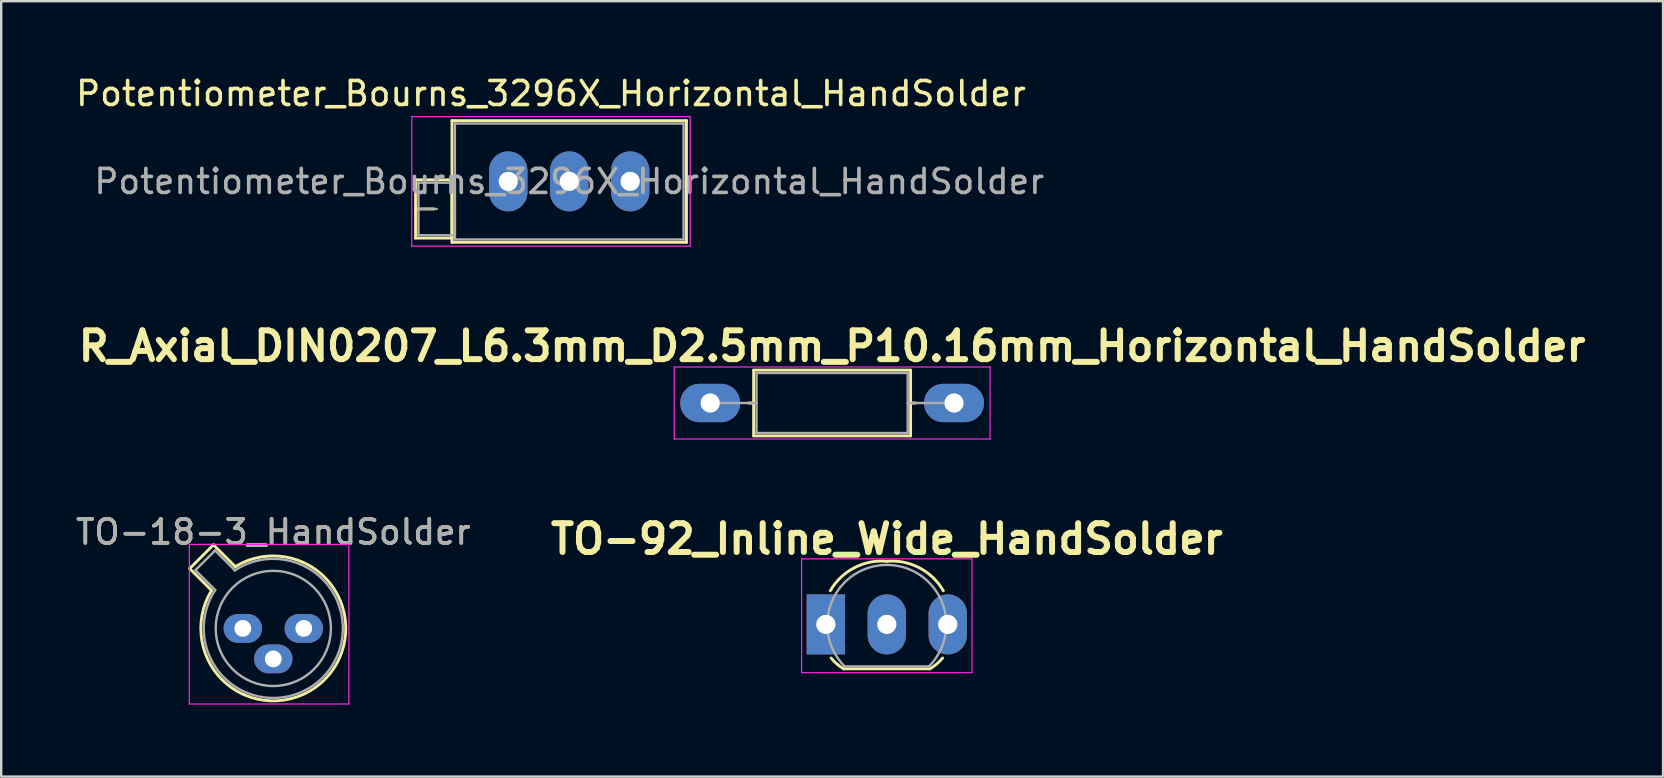
<source format=kicad_pcb>
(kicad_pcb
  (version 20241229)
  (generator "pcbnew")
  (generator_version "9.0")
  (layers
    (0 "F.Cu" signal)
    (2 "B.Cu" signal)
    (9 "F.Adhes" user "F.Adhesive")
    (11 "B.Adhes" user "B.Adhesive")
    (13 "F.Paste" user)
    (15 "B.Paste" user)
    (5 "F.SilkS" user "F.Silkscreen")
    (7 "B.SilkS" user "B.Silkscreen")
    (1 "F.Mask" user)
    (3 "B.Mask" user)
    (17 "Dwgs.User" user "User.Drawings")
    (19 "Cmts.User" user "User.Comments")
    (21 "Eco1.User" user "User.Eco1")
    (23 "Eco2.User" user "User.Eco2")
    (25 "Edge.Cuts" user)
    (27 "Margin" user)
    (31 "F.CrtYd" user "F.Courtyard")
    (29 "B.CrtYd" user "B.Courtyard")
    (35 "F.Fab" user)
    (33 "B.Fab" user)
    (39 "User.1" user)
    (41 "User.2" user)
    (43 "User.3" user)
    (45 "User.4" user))
  (footprint "Potentiometer_Bourns_3296X_Horizontal_HandSolder"
    (layer "F.Cu")
    (at 23.211 4.508)
    (property "Reference" "Potentiometer_Bourns_3296X_Horizontal_HandSolder" (at -3.3 -3.66 0) (layer "F.SilkS") (effects (font (size 1 1) (thickness 0.15))))
    (attr through_hole)
    (fp_line (start -8.945 -0.065) (end -8.945 2.365) (stroke (width 0.12) (type solid)) (layer "F.SilkS"))
    (fp_line (start -8.945 -0.065) (end -7.426 -0.065) (stroke (width 0.12) (type solid)) (layer "F.SilkS"))
    (fp_line (start -8.945 1.15) (end -8.186 1.15) (stroke (width 0.12) (type solid)) (layer "F.SilkS"))
    (fp_line (start -8.945 2.365) (end -7.426 2.365) (stroke (width 0.12) (type solid)) (layer "F.SilkS"))
    (fp_line (start -7.426 -0.065) (end -7.426 2.365) (stroke (width 0.12) (type solid)) (layer "F.SilkS"))
    (fp_line (start -7.425 -2.53) (end -7.425 2.54) (stroke (width 0.12) (type solid)) (layer "F.SilkS"))
    (fp_line (start -7.425 -2.53) (end 2.345 -2.53) (stroke (width 0.12) (type solid)) (layer "F.SilkS"))
    (fp_line (start -7.425 2.54) (end 2.345 2.54) (stroke (width 0.12) (type solid)) (layer "F.SilkS"))
    (fp_line (start 2.345 -2.53) (end 2.345 2.54) (stroke (width 0.12) (type solid)) (layer "F.SilkS"))
    (fp_line (start -9.1 -2.7) (end -9.1 2.7) (stroke (width 0.05) (type solid)) (layer "F.CrtYd"))
    (fp_line (start -9.1 2.7) (end 2.5 2.7) (stroke (width 0.05) (type solid)) (layer "F.CrtYd"))
    (fp_line (start 2.5 -2.7) (end -9.1 -2.7) (stroke (width 0.05) (type solid)) (layer "F.CrtYd"))
    (fp_line (start 2.5 2.7) (end 2.5 -2.7) (stroke (width 0.05) (type solid)) (layer "F.CrtYd"))
    (fp_line (start -8.825 0.055) (end -8.825 2.245) (stroke (width 0.1) (type solid)) (layer "F.Fab"))
    (fp_line (start -8.825 1.15) (end -8.065 1.15) (stroke (width 0.1) (type solid)) (layer "F.Fab"))
    (fp_line (start -8.825 2.245) (end -7.305 2.245) (stroke (width 0.1) (type solid)) (layer "F.Fab"))
    (fp_line (start -7.305 -2.41) (end -7.305 2.42) (stroke (width 0.1) (type solid)) (layer "F.Fab"))
    (fp_line (start -7.305 0.055) (end -8.825 0.055) (stroke (width 0.1) (type solid)) (layer "F.Fab"))
    (fp_line (start -7.305 2.245) (end -7.305 0.055) (stroke (width 0.1) (type solid)) (layer "F.Fab"))
    (fp_line (start -7.305 2.42) (end 2.225 2.42) (stroke (width 0.1) (type solid)) (layer "F.Fab"))
    (fp_line (start 2.225 -2.41) (end -7.305 -2.41) (stroke (width 0.1) (type solid)) (layer "F.Fab"))
    (fp_line (start 2.225 2.42) (end 2.225 -2.41) (stroke (width 0.1) (type solid)) (layer "F.Fab"))
    (fp_text user "${REFERENCE}" (at -2.54 0.005 0) (layer "F.Fab") (effects (font (size 1 1) (thickness 0.15))))
    (pad "1" thru_hole oval (at 0 0) (size 1.6 2.5) (drill 0.8) (layers "*.Cu" "*.Mask"))
    (pad "2" thru_hole oval (at -2.54 0) (size 1.6 2.5) (drill 0.8) (layers "*.Cu" "*.Mask"))
    (pad "3" thru_hole oval (at -5.08 0) (size 1.6 2.5) (drill 0.8) (layers "*.Cu" "*.Mask")))
  (footprint "TO-18-3_HandSolder"
    (layer "F.Cu")
    (at 7.069 23.137)
    (property "Reference" "TO-18-3_HandSolder" (at 1.27 -4.02 0) (layer "F.SilkS") (effects (font (size 1 1) (thickness 0.15))))
    (attr through_hole)
    (fp_line (start -2.214 -2.494) (end -1.302 -1.582) (stroke (width 0.12) (type solid)) (layer "F.SilkS"))
    (fp_line (start -1.224 -3.484) (end -2.214 -2.494) (stroke (width 0.12) (type solid)) (layer "F.SilkS"))
    (fp_line (start -0.312 -2.572) (end -1.224 -3.484) (stroke (width 0.12) (type solid)) (layer "F.SilkS"))
    (fp_arc (start -0.312331 -2.572281) (mid 3.405374 2.135551) (end -1.30215 -1.582544) (stroke (width 0.12) (type solid)) (layer "F.SilkS"))
    (fp_line (start -2.23 -3.5) (end -2.23 3.15) (stroke (width 0.05) (type solid)) (layer "F.CrtYd"))
    (fp_line (start -2.23 3.15) (end 4.42 3.15) (stroke (width 0.05) (type solid)) (layer "F.CrtYd"))
    (fp_line (start 4.42 -3.5) (end -2.23 -3.5) (stroke (width 0.05) (type solid)) (layer "F.CrtYd"))
    (fp_line (start 4.42 3.15) (end 4.42 -3.5) (stroke (width 0.05) (type solid)) (layer "F.CrtYd"))
    (fp_line (start -1.977 -2.426) (end -1.149 -1.599) (stroke (width 0.1) (type solid)) (layer "F.Fab"))
    (fp_line (start -1.156 -3.247) (end -1.977 -2.426) (stroke (width 0.1) (type solid)) (layer "F.Fab"))
    (fp_line (start -0.329 -2.419) (end -1.156 -3.247) (stroke (width 0.1) (type solid)) (layer "F.Fab"))
    (fp_arc (start -0.329057 -2.419301) (mid 3.321076 2.050143) (end -1.150029 -1.597956) (stroke (width 0.1) (type solid)) (layer "F.Fab"))
    (fp_circle (center 1.27 0) (end 3.67 0) (stroke (width 0.1) (type solid)) (fill no) (layer "F.Fab"))
    (fp_text user "${REFERENCE}" (at 1.27 -4.02 0) (layer "F.Fab") (effects (font (size 1 1) (thickness 0.15))))
    (pad "1" thru_hole oval (at 0 0) (size 1.6 1.2) (drill 0.7) (layers "*.Cu" "*.Mask"))
    (pad "2" thru_hole oval (at 1.27 1.27) (size 1.6 1.2) (drill 0.7) (layers "*.Cu" "*.Mask"))
    (pad "3" thru_hole oval (at 2.54 0) (size 1.6 1.2) (drill 0.7) (layers "*.Cu" "*.Mask")))
  (footprint "R_Axial_DIN0207_L6.3mm_D2.5mm_P10.16mm_Horizontal_HandSolder"
    (layer "F.Cu")
    (at 26.546 13.744)
    (property "Reference" "R_Axial_DIN0207_L6.3mm_D2.5mm_P10.16mm_Horizontal_HandSolder" (at 5.08 -2.37 0) (layer "F.SilkS") (effects (font (size 1.2 1.2) (thickness 0.25) (bold yes))))
    (attr through_hole)
    (fp_line (start 1.6 0) (end 1.81 0) (stroke (width 0.12) (type solid)) (layer "F.SilkS"))
    (fp_line (start 1.81 -1.37) (end 1.81 1.37) (stroke (width 0.12) (type solid)) (layer "F.SilkS"))
    (fp_line (start 1.81 1.37) (end 8.35 1.37) (stroke (width 0.12) (type solid)) (layer "F.SilkS"))
    (fp_line (start 8.35 -1.37) (end 1.81 -1.37) (stroke (width 0.12) (type solid)) (layer "F.SilkS"))
    (fp_line (start 8.35 1.37) (end 8.35 -1.37) (stroke (width 0.12) (type solid)) (layer "F.SilkS"))
    (fp_line (start 8.56 0) (end 8.35 0) (stroke (width 0.12) (type solid)) (layer "F.SilkS"))
    (fp_line (start -1.5 -1.5) (end -1.5 1.5) (stroke (width 0.05) (type solid)) (layer "F.CrtYd"))
    (fp_line (start -1.5 1.5) (end 11.66 1.5) (stroke (width 0.05) (type solid)) (layer "F.CrtYd"))
    (fp_line (start 11.66 -1.5) (end -1.5 -1.5) (stroke (width 0.05) (type solid)) (layer "F.CrtYd"))
    (fp_line (start 11.66 1.5) (end 11.66 -1.5) (stroke (width 0.05) (type solid)) (layer "F.CrtYd"))
    (fp_line (start 0 0) (end 1.93 0) (stroke (width 0.1) (type solid)) (layer "F.Fab"))
    (fp_line (start 1.93 -1.25) (end 1.93 1.25) (stroke (width 0.1) (type solid)) (layer "F.Fab"))
    (fp_line (start 1.93 1.25) (end 8.23 1.25) (stroke (width 0.1) (type solid)) (layer "F.Fab"))
    (fp_line (start 8.23 -1.25) (end 1.93 -1.25) (stroke (width 0.1) (type solid)) (layer "F.Fab"))
    (fp_line (start 8.23 1.25) (end 8.23 -1.25) (stroke (width 0.1) (type solid)) (layer "F.Fab"))
    (fp_line (start 10.16 0) (end 8.23 0) (stroke (width 0.1) (type solid)) (layer "F.Fab"))
    (pad "1" thru_hole oval (at 0 0) (size 2.5 1.6) (drill 0.8) (layers "*.Cu" "*.Mask"))
    (pad "2" thru_hole oval (at 10.16 0) (size 2.5 1.6) (drill 0.8) (layers "*.Cu" "*.Mask")))
  (footprint "TO-92_Inline_Wide_HandSolder"
    (layer "F.Cu")
    (at 31.365 22.97)
    (property "Reference" "TO-92_Inline_Wide_HandSolder" (at 2.54 -3.56 0) (layer "F.SilkS") (effects (font (size 1.2 1.2) (thickness 0.25) (bold yes))))
    (attr through_hole)
    (fp_line (start 0.74 1.85) (end 4.34 1.85) (stroke (width 0.12) (type solid)) (layer "F.SilkS"))
    (fp_arc (start 0.1836 -1.4) (mid 1.182544 -2.358414) (end 2.54 -2.63) (stroke (width 0.12) (type solid)) (layer "F.SilkS"))
    (fp_arc (start 0.740001 1.849999) (mid 0.458224 1.647929) (end 0.215817 1.4) (stroke (width 0.12) (type solid)) (layer "F.SilkS"))
    (fp_arc (start 2.54 -2.63) (mid 3.897456 -2.358414) (end 4.8964 -1.4) (stroke (width 0.12) (type solid)) (layer "F.SilkS"))
    (fp_arc (start 4.864184 1.4) (mid 4.621777 1.64793) (end 4.34 1.85) (stroke (width 0.12) (type solid)) (layer "F.SilkS"))
    (fp_line (start -1.01 -2.73) (end -1.01 2.01) (stroke (width 0.05) (type solid)) (layer "F.CrtYd"))
    (fp_line (start -1.01 -2.73) (end 6.09 -2.73) (stroke (width 0.05) (type solid)) (layer "F.CrtYd"))
    (fp_line (start 6.09 2.01) (end -1.01 2.01) (stroke (width 0.05) (type solid)) (layer "F.CrtYd"))
    (fp_line (start 6.09 2.01) (end 6.09 -2.73) (stroke (width 0.05) (type solid)) (layer "F.CrtYd"))
    (fp_line (start 0.8 1.75) (end 4.3 1.75) (stroke (width 0.1) (type solid)) (layer "F.Fab"))
    (fp_arc (start 0.786375 1.753625) (mid 0.248779 -0.949055) (end 2.54 -2.48) (stroke (width 0.1) (type solid)) (layer "F.Fab"))
    (fp_arc (start 2.54 -2.48) (mid 4.831221 -0.949055) (end 4.293625 1.753625) (stroke (width 0.1) (type solid)) (layer "F.Fab"))
    (pad "1" thru_hole rect (at 0 0) (size 1.6 2.5) (drill 0.8) (layers "*.Cu" "*.Mask"))
    (pad "2" thru_hole oval (at 2.54 0) (size 1.6 2.5) (drill 0.8) (layers "*.Cu" "*.Mask"))
    (pad "3" thru_hole oval (at 5.08 0) (size 1.6 2.5) (drill 0.8) (layers "*.Cu" "*.Mask")))
  (gr_rect
    (start -3 -3)
    (end 66.253 29.312)
    (stroke (width 0.1) (type default))
    (fill no)
    (layer "Edge.Cuts")))
</source>
